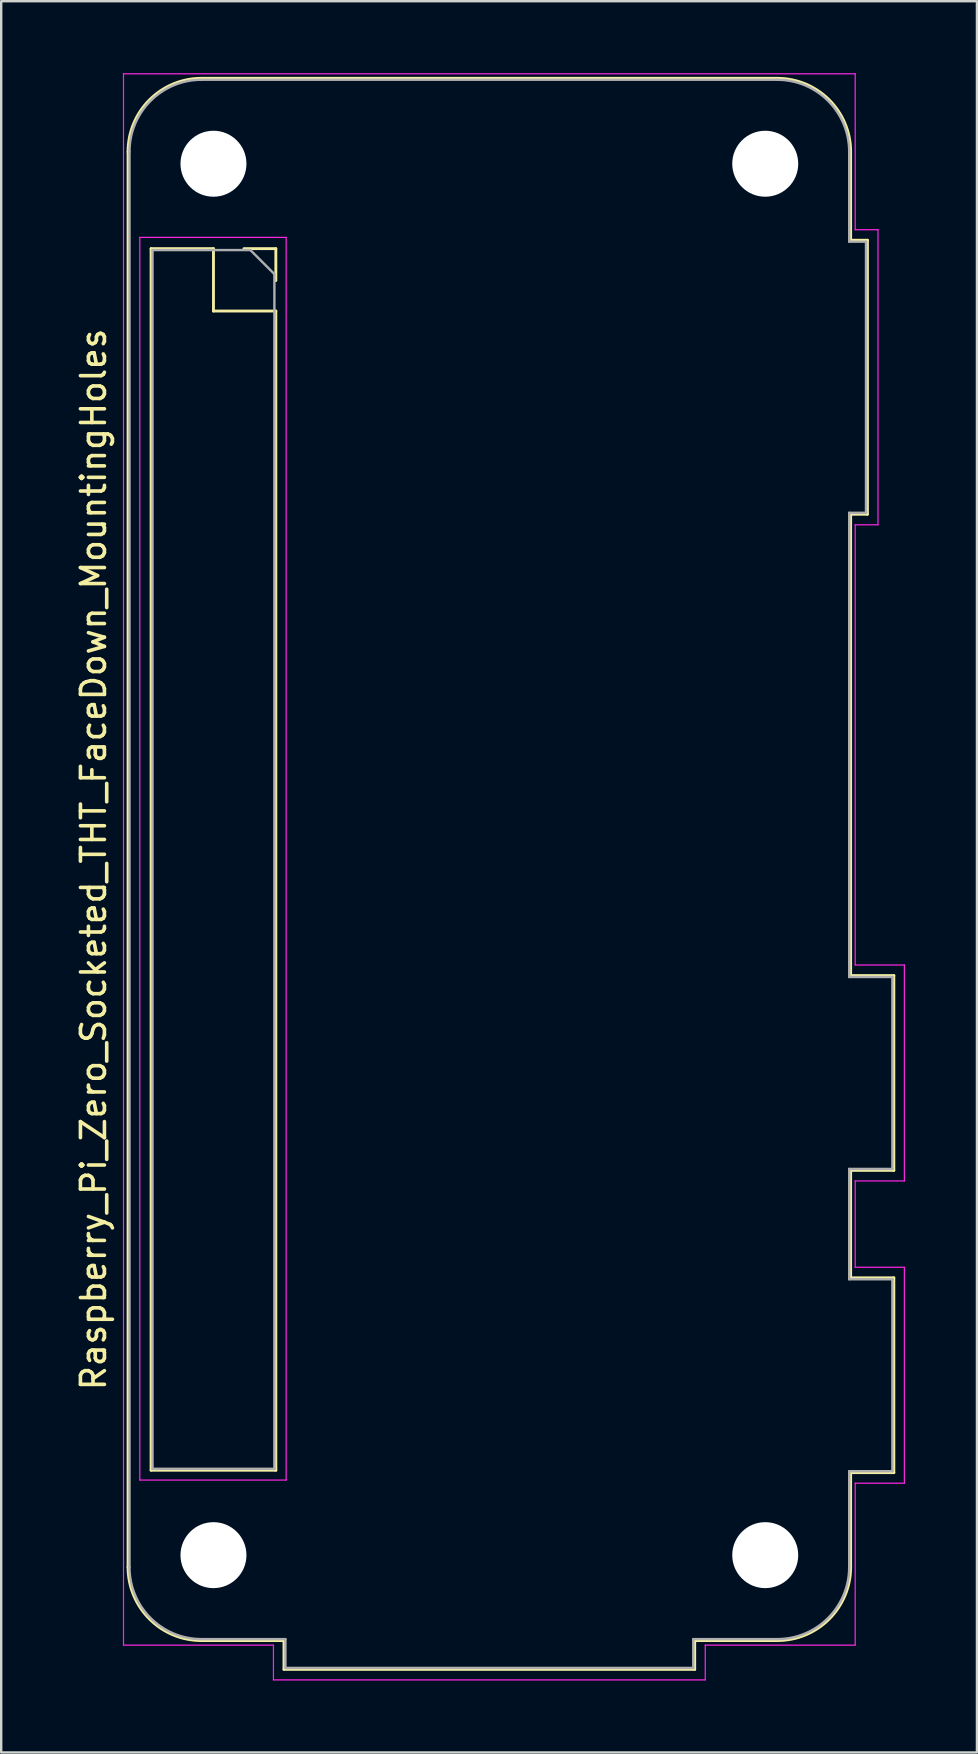
<source format=kicad_pcb>
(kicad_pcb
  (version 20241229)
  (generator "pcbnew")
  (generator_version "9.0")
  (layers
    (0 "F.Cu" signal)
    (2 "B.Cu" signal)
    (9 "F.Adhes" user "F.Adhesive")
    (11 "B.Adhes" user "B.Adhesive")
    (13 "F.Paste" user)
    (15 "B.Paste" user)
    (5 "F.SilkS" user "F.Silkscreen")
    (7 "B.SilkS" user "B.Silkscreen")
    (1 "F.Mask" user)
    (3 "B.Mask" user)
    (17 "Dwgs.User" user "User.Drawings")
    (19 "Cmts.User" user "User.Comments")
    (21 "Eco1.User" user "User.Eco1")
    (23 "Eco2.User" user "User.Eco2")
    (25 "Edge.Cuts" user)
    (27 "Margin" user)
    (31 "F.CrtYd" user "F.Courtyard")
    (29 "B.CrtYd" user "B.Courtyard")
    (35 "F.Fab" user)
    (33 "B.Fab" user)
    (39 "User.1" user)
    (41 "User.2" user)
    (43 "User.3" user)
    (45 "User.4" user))
  (footprint "Raspberry_Pi_Zero_Socketed_THT_FaceDown_MountingHoles"
    (layer "F.Cu")
    (at 7.118 8.645)
    (property "Reference" "Raspberry_Pi_Zero_Socketed_THT_FaceDown_MountingHoles" (at -6.27 24.13 90) (layer "F.SilkS") (effects (font (size 1 1) (thickness 0.15))))
    (attr through_hole)
    (fp_line (start -4.83 53.63) (end -4.83 -5.37) (stroke (width 0.12) (type solid)) (layer "F.SilkS"))
    (fp_line (start -3.87 -1.33) (end -3.87 49.59) (stroke (width 0.12) (type solid)) (layer "F.SilkS"))
    (fp_line (start -3.87 -1.33) (end -1.27 -1.33) (stroke (width 0.12) (type solid)) (layer "F.SilkS"))
    (fp_line (start -3.87 49.59) (end 1.33 49.59) (stroke (width 0.12) (type solid)) (layer "F.SilkS"))
    (fp_line (start -1.77 -8.43) (end 22.23 -8.43) (stroke (width 0.12) (type solid)) (layer "F.SilkS"))
    (fp_line (start -1.27 -1.33) (end -1.27 1.27) (stroke (width 0.12) (type solid)) (layer "F.SilkS"))
    (fp_line (start -1.27 1.27) (end 1.33 1.27) (stroke (width 0.12) (type solid)) (layer "F.SilkS"))
    (fp_line (start 0 -1.33) (end 1.33 -1.33) (stroke (width 0.12) (type solid)) (layer "F.SilkS"))
    (fp_line (start 1.33 -1.33) (end 1.33 0) (stroke (width 0.12) (type solid)) (layer "F.SilkS"))
    (fp_line (start 1.33 1.27) (end 1.33 49.59) (stroke (width 0.12) (type solid)) (layer "F.SilkS"))
    (fp_line (start 1.67 56.69) (end -1.77 56.69) (stroke (width 0.12) (type solid)) (layer "F.SilkS"))
    (fp_line (start 1.67 56.69) (end 1.67 57.89) (stroke (width 0.12) (type solid)) (layer "F.SilkS"))
    (fp_line (start 1.67 57.89) (end 18.79 57.89) (stroke (width 0.12) (type solid)) (layer "F.SilkS"))
    (fp_line (start 18.79 56.69) (end 22.23 56.69) (stroke (width 0.12) (type solid)) (layer "F.SilkS"))
    (fp_line (start 18.79 57.89) (end 18.79 56.69) (stroke (width 0.12) (type solid)) (layer "F.SilkS"))
    (fp_line (start 25.29 -1.68) (end 25.29 -5.37) (stroke (width 0.12) (type solid)) (layer "F.SilkS"))
    (fp_line (start 25.29 9.74) (end 25.99 9.74) (stroke (width 0.12) (type solid)) (layer "F.SilkS"))
    (fp_line (start 25.29 28.97) (end 25.29 9.74) (stroke (width 0.12) (type solid)) (layer "F.SilkS"))
    (fp_line (start 25.29 37.09) (end 27.09 37.09) (stroke (width 0.12) (type solid)) (layer "F.SilkS"))
    (fp_line (start 25.29 41.57) (end 25.29 37.09) (stroke (width 0.12) (type solid)) (layer "F.SilkS"))
    (fp_line (start 25.29 49.69) (end 27.09 49.69) (stroke (width 0.12) (type solid)) (layer "F.SilkS"))
    (fp_line (start 25.29 53.63) (end 25.29 49.69) (stroke (width 0.12) (type solid)) (layer "F.SilkS"))
    (fp_line (start 25.99 -1.68) (end 25.29 -1.68) (stroke (width 0.12) (type solid)) (layer "F.SilkS"))
    (fp_line (start 25.99 9.74) (end 25.99 -1.68) (stroke (width 0.12) (type solid)) (layer "F.SilkS"))
    (fp_line (start 27.09 28.97) (end 25.29 28.97) (stroke (width 0.12) (type solid)) (layer "F.SilkS"))
    (fp_line (start 27.09 37.09) (end 27.09 28.97) (stroke (width 0.12) (type solid)) (layer "F.SilkS"))
    (fp_line (start 27.09 41.57) (end 25.29 41.57) (stroke (width 0.12) (type solid)) (layer "F.SilkS"))
    (fp_line (start 27.09 49.69) (end 27.09 41.57) (stroke (width 0.12) (type solid)) (layer "F.SilkS"))
    (fp_arc (start -4.83 -5.37) (mid -3.933747 -7.533747) (end -1.77 -8.43) (stroke (width 0.12) (type solid)) (layer "F.SilkS"))
    (fp_arc (start -1.77 56.69) (mid -3.933747 55.793747) (end -4.83 53.63) (stroke (width 0.12) (type solid)) (layer "F.SilkS"))
    (fp_arc (start 22.23 -8.43) (mid 24.393747 -7.533747) (end 25.29 -5.37) (stroke (width 0.12) (type solid)) (layer "F.SilkS"))
    (fp_arc (start 25.29 53.63) (mid 24.393747 55.793747) (end 22.23 56.69) (stroke (width 0.12) (type solid)) (layer "F.SilkS"))
    (fp_line (start -5.02 -8.62) (end 25.48 -8.62) (stroke (width 0.05) (type solid)) (layer "F.CrtYd"))
    (fp_line (start -5.02 56.88) (end -5.02 -8.62) (stroke (width 0.05) (type solid)) (layer "F.CrtYd"))
    (fp_line (start -5.02 56.88) (end 1.23 56.88) (stroke (width 0.05) (type solid)) (layer "F.CrtYd"))
    (fp_line (start -4.34 -1.8) (end 1.76 -1.8) (stroke (width 0.05) (type solid)) (layer "F.CrtYd"))
    (fp_line (start -4.34 50) (end -4.34 -1.8) (stroke (width 0.05) (type solid)) (layer "F.CrtYd"))
    (fp_line (start 1.23 58.33) (end 1.23 56.88) (stroke (width 0.05) (type solid)) (layer "F.CrtYd"))
    (fp_line (start 1.76 -1.8) (end 1.76 50) (stroke (width 0.05) (type solid)) (layer "F.CrtYd"))
    (fp_line (start 1.76 50) (end -4.34 50) (stroke (width 0.05) (type solid)) (layer "F.CrtYd"))
    (fp_line (start 19.23 56.88) (end 25.48 56.88) (stroke (width 0.05) (type solid)) (layer "F.CrtYd"))
    (fp_line (start 19.23 58.33) (end 1.23 58.33) (stroke (width 0.05) (type solid)) (layer "F.CrtYd"))
    (fp_line (start 19.23 58.33) (end 19.23 56.88) (stroke (width 0.05) (type solid)) (layer "F.CrtYd"))
    (fp_line (start 25.48 -2.12) (end 25.48 -8.62) (stroke (width 0.05) (type solid)) (layer "F.CrtYd"))
    (fp_line (start 25.48 28.53) (end 25.48 10.18) (stroke (width 0.05) (type solid)) (layer "F.CrtYd"))
    (fp_line (start 25.48 37.53) (end 25.48 41.13) (stroke (width 0.05) (type solid)) (layer "F.CrtYd"))
    (fp_line (start 25.48 50.13) (end 25.48 56.88) (stroke (width 0.05) (type solid)) (layer "F.CrtYd"))
    (fp_line (start 26.43 -2.12) (end 25.48 -2.12) (stroke (width 0.05) (type solid)) (layer "F.CrtYd"))
    (fp_line (start 26.43 -2.12) (end 26.43 10.18) (stroke (width 0.05) (type solid)) (layer "F.CrtYd"))
    (fp_line (start 26.43 10.18) (end 25.48 10.18) (stroke (width 0.05) (type solid)) (layer "F.CrtYd"))
    (fp_line (start 27.53 28.53) (end 25.48 28.53) (stroke (width 0.05) (type solid)) (layer "F.CrtYd"))
    (fp_line (start 27.53 37.53) (end 25.48 37.53) (stroke (width 0.05) (type solid)) (layer "F.CrtYd"))
    (fp_line (start 27.53 37.53) (end 27.53 28.53) (stroke (width 0.05) (type solid)) (layer "F.CrtYd"))
    (fp_line (start 27.53 41.13) (end 25.48 41.13) (stroke (width 0.05) (type solid)) (layer "F.CrtYd"))
    (fp_line (start 27.53 50.13) (end 25.48 50.13) (stroke (width 0.05) (type solid)) (layer "F.CrtYd"))
    (fp_line (start 27.53 50.13) (end 27.53 41.13) (stroke (width 0.05) (type solid)) (layer "F.CrtYd"))
    (fp_line (start -4.77 53.63) (end -4.77 -5.37) (stroke (width 0.1) (type solid)) (layer "F.Fab"))
    (fp_line (start -3.81 -1.27) (end 0.27 -1.27) (stroke (width 0.1) (type solid)) (layer "F.Fab"))
    (fp_line (start -3.81 49.53) (end -3.81 -1.27) (stroke (width 0.1) (type solid)) (layer "F.Fab"))
    (fp_line (start -1.77 -8.37) (end 22.23 -8.37) (stroke (width 0.1) (type solid)) (layer "F.Fab"))
    (fp_line (start -1.77 56.63) (end 1.73 56.63) (stroke (width 0.1) (type solid)) (layer "F.Fab"))
    (fp_line (start 0.27 -1.27) (end 1.27 -0.27) (stroke (width 0.1) (type solid)) (layer "F.Fab"))
    (fp_line (start 1.27 -0.27) (end 1.27 49.53) (stroke (width 0.1) (type solid)) (layer "F.Fab"))
    (fp_line (start 1.27 49.53) (end -3.81 49.53) (stroke (width 0.1) (type solid)) (layer "F.Fab"))
    (fp_line (start 1.73 56.63) (end 1.73 57.83) (stroke (width 0.1) (type solid)) (layer "F.Fab"))
    (fp_line (start 1.73 57.83) (end 18.73 57.83) (stroke (width 0.1) (type solid)) (layer "F.Fab"))
    (fp_line (start 18.73 56.63) (end 18.73 57.83) (stroke (width 0.1) (type solid)) (layer "F.Fab"))
    (fp_line (start 22.23 56.63) (end 18.73 56.63) (stroke (width 0.1) (type solid)) (layer "F.Fab"))
    (fp_line (start 25.23 -1.62) (end 25.23 -5.37) (stroke (width 0.1) (type solid)) (layer "F.Fab"))
    (fp_line (start 25.23 -1.62) (end 25.93 -1.62) (stroke (width 0.1) (type solid)) (layer "F.Fab"))
    (fp_line (start 25.23 9.68) (end 25.93 9.68) (stroke (width 0.1) (type solid)) (layer "F.Fab"))
    (fp_line (start 25.23 29.03) (end 25.23 9.68) (stroke (width 0.1) (type solid)) (layer "F.Fab"))
    (fp_line (start 25.23 37.03) (end 27.03 37.03) (stroke (width 0.1) (type solid)) (layer "F.Fab"))
    (fp_line (start 25.23 41.63) (end 25.23 37.03) (stroke (width 0.1) (type solid)) (layer "F.Fab"))
    (fp_line (start 25.23 49.63) (end 25.23 53.63) (stroke (width 0.1) (type solid)) (layer "F.Fab"))
    (fp_line (start 25.23 49.63) (end 27.03 49.63) (stroke (width 0.1) (type solid)) (layer "F.Fab"))
    (fp_line (start 25.93 9.68) (end 25.93 -1.62) (stroke (width 0.1) (type solid)) (layer "F.Fab"))
    (fp_line (start 27.03 29.03) (end 25.23 29.03) (stroke (width 0.1) (type solid)) (layer "F.Fab"))
    (fp_line (start 27.03 37.03) (end 27.03 29.03) (stroke (width 0.1) (type solid)) (layer "F.Fab"))
    (fp_line (start 27.03 41.63) (end 25.23 41.63) (stroke (width 0.1) (type solid)) (layer "F.Fab"))
    (fp_line (start 27.03 49.63) (end 27.03 41.63) (stroke (width 0.1) (type solid)) (layer "F.Fab"))
    (fp_arc (start -4.77 -5.37) (mid -3.89132 -7.49132) (end -1.77 -8.37) (stroke (width 0.1) (type solid)) (layer "F.Fab"))
    (fp_arc (start -1.77 56.63) (mid -3.89132 55.75132) (end -4.77 53.63) (stroke (width 0.1) (type solid)) (layer "F.Fab"))
    (fp_arc (start 22.23 -8.37) (mid 24.35132 -7.49132) (end 25.23 -5.37) (stroke (width 0.1) (type solid)) (layer "F.Fab"))
    (fp_arc (start 25.23 53.63) (mid 24.35132 55.75132) (end 22.23 56.63) (stroke (width 0.1) (type solid)) (layer "F.Fab"))
    (pad "" np_thru_hole circle (at -1.27 -4.87 90) (size 2.75 2.75) (drill 2.75) (layers "*.Cu" "*.Mask"))
    (pad "" np_thru_hole circle (at -1.27 53.13 90) (size 2.75 2.75) (drill 2.75) (layers "*.Cu" "*.Mask"))
    (pad "" np_thru_hole circle (at 21.73 -4.87 90) (size 2.75 2.75) (drill 2.75) (layers "*.Cu" "*.Mask"))
    (pad "" np_thru_hole circle (at 21.73 53.13 90) (size 2.75 2.75) (drill 2.75) (layers "*.Cu" "*.Mask")))
  (gr_rect
    (start -3 -3)
    (end 37.673 70)
    (stroke (width 0.1) (type default))
    (fill no)
    (layer "Edge.Cuts")))
</source>
